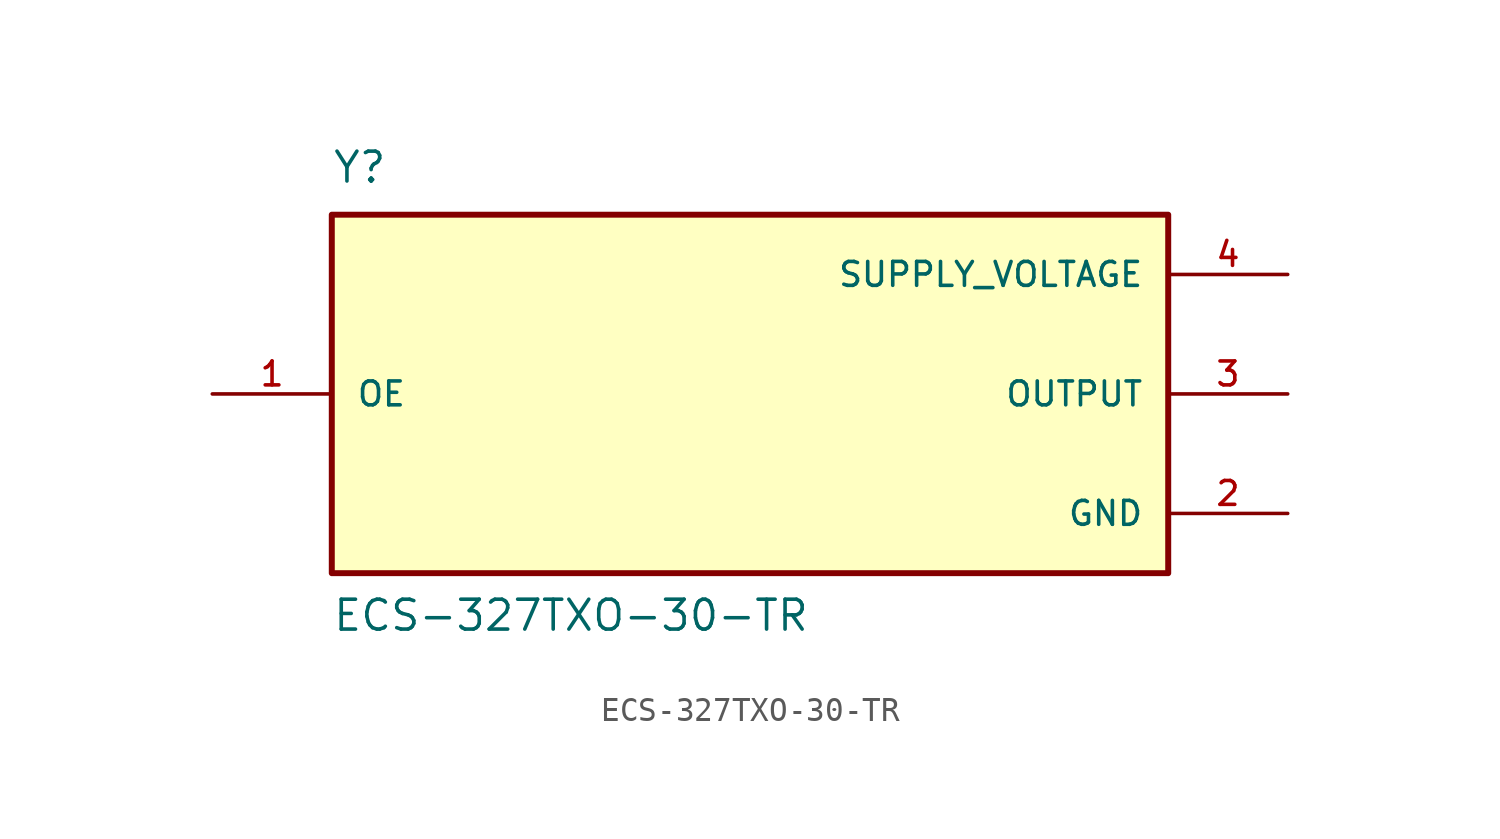
<source format=kicad_sym>
(kicad_symbol_lib
  (version 20211014)
  (generator kicad_symbol_editor)
  (symbol "ECS-327TXO-30-TR"
    (pin_names
      (offset 1.016))
    (property "Reference" "Y"
      (at -17.78 8.89 0)
      (effects (font (size 1.27 1.27)) (justify bottom left)))
    (property "Value" "ECS-327TXO-30-TR"
      (at -17.78 -10.16 0)
      (effects (font (size 1.27 1.27)) (justify bottom left)))
    (symbol "ECS-327TXO-30-TR_0_0"
      (rectangle (start -17.78 -7.62) (end 17.78 7.62) (stroke (width 0.254)) (fill (type background)))
      (pin input line (at -22.86 0.0 0) (length 5.08) (name "OE" (effects (font (size 1.016 1.016)))) (number "1" (effects (font (size 1.016 1.016)))))
      (pin output line (at 22.86 0.0 180.0) (length 5.08) (name "OUTPUT" (effects (font (size 1.016 1.016)))) (number "3" (effects (font (size 1.016 1.016)))))
      (pin power_in line (at 22.86 -5.08 180.0) (length 5.08) (name "GND" (effects (font (size 1.016 1.016)))) (number "2" (effects (font (size 1.016 1.016)))))
      (pin power_in line (at 22.86 5.08 180.0) (length 5.08) (name "SUPPLY_VOLTAGE" (effects (font (size 1.016 1.016)))) (number "4" (effects (font (size 1.016 1.016))))))))
</source>
